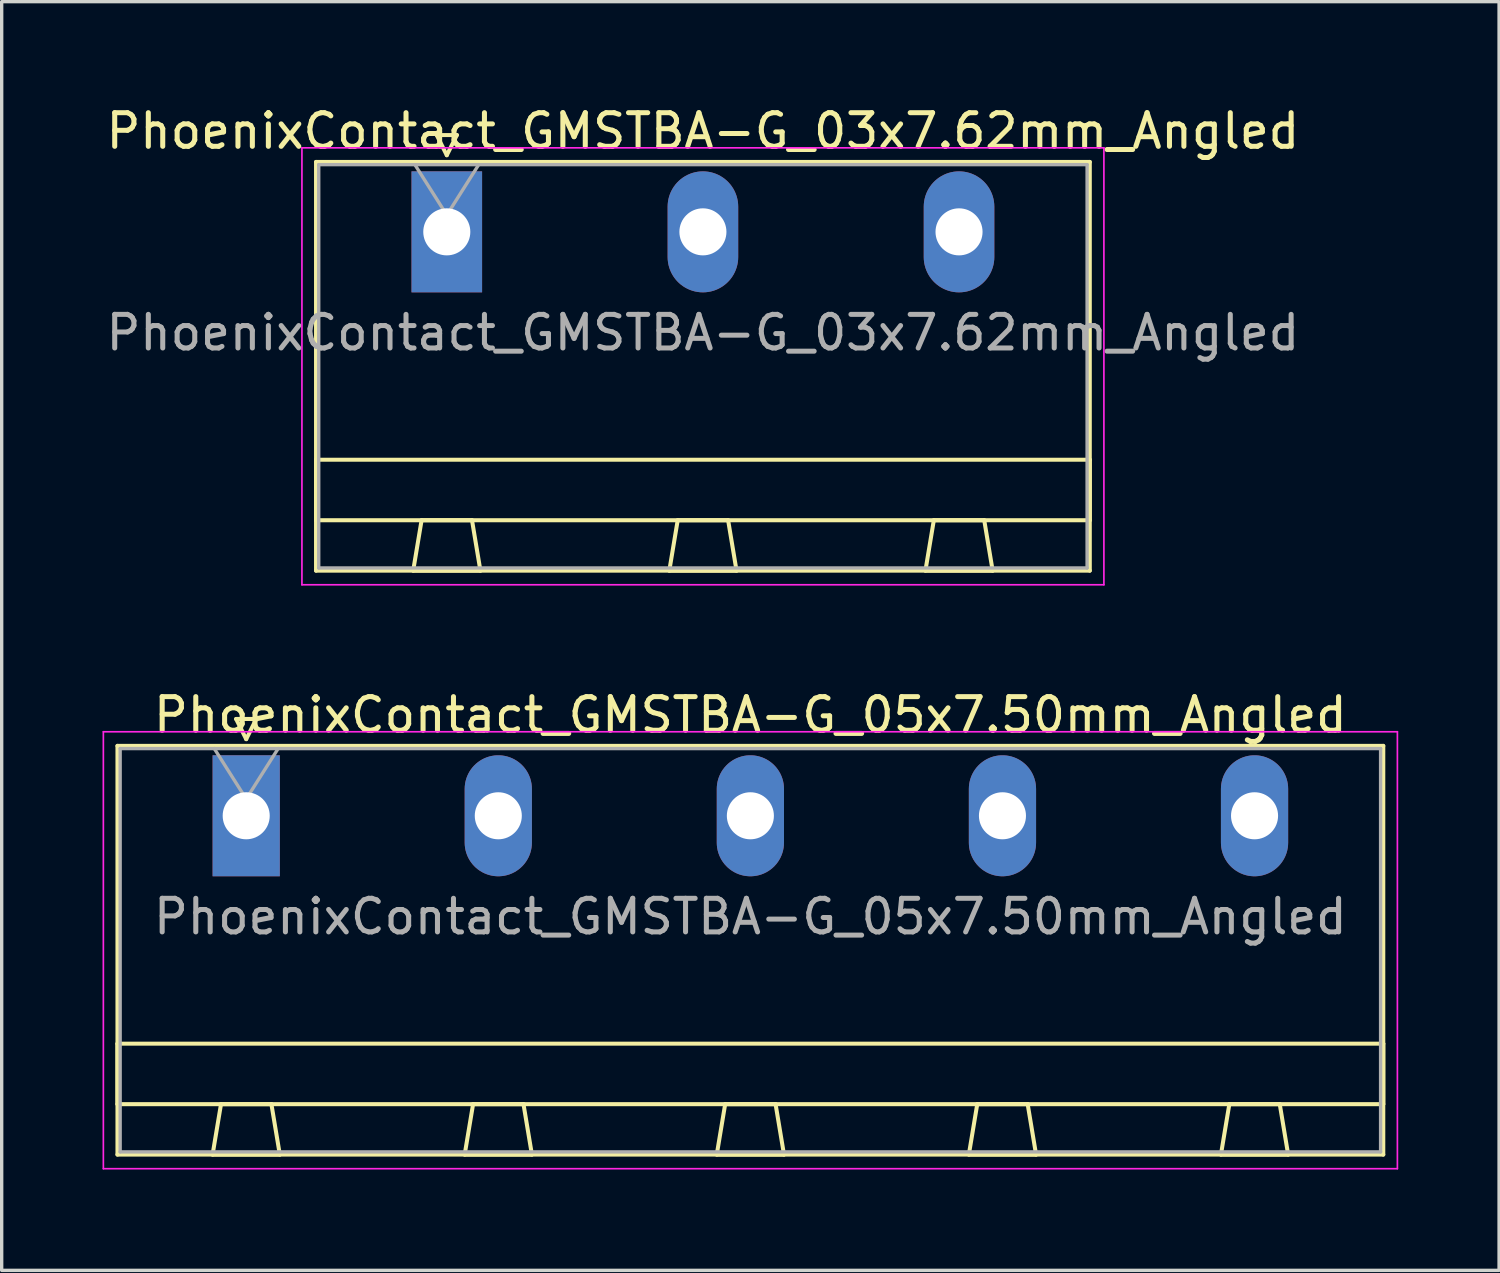
<source format=kicad_pcb>
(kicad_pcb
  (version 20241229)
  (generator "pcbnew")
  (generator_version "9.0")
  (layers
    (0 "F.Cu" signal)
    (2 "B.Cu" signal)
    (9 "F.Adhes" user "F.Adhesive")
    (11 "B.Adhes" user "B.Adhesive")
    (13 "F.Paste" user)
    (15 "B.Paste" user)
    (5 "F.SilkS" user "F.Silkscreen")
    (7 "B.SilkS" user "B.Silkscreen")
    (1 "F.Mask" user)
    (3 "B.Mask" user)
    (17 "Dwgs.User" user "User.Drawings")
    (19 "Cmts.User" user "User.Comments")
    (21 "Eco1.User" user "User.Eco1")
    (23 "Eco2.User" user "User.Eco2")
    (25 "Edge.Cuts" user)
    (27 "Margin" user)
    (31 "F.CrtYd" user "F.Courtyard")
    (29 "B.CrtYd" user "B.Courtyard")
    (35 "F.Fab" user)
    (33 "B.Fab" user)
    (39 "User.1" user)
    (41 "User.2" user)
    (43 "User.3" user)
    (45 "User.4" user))
  (footprint "PhoenixContact_GMSTBA-G_03x7.62mm_Angled"
    (layer "F.Cu")
    (at 10.243 3.848)
    (property "Reference" "PhoenixContact_GMSTBA-G_03x7.62mm_Angled" (at 7.62 -3 0) (layer "F.SilkS") (effects (font (size 1 1) (thickness 0.15))))
    (attr through_hole)
    (fp_line (start -3.89 -2.08) (end -3.89 10.08) (stroke (width 0.12) (type solid)) (layer "F.SilkS"))
    (fp_line (start -3.89 6.78) (end 19.13 6.78) (stroke (width 0.12) (type solid)) (layer "F.SilkS"))
    (fp_line (start -3.89 8.58) (end -3.89 6.78) (stroke (width 0.12) (type solid)) (layer "F.SilkS"))
    (fp_line (start -3.89 10.08) (end 19.13 10.08) (stroke (width 0.12) (type solid)) (layer "F.SilkS"))
    (fp_line (start -1 10.08) (end 1 10.08) (stroke (width 0.12) (type solid)) (layer "F.SilkS"))
    (fp_line (start -0.75 8.58) (end -1 10.08) (stroke (width 0.12) (type solid)) (layer "F.SilkS"))
    (fp_line (start -0.3 -2.88) (end 0.3 -2.88) (stroke (width 0.12) (type solid)) (layer "F.SilkS"))
    (fp_line (start 0 -2.28) (end -0.3 -2.88) (stroke (width 0.12) (type solid)) (layer "F.SilkS"))
    (fp_line (start 0.3 -2.88) (end 0 -2.28) (stroke (width 0.12) (type solid)) (layer "F.SilkS"))
    (fp_line (start 0.75 8.58) (end -0.75 8.58) (stroke (width 0.12) (type solid)) (layer "F.SilkS"))
    (fp_line (start 1 10.08) (end 0.75 8.58) (stroke (width 0.12) (type solid)) (layer "F.SilkS"))
    (fp_line (start 6.62 10.08) (end 8.62 10.08) (stroke (width 0.12) (type solid)) (layer "F.SilkS"))
    (fp_line (start 6.87 8.58) (end 6.62 10.08) (stroke (width 0.12) (type solid)) (layer "F.SilkS"))
    (fp_line (start 8.37 8.58) (end 6.87 8.58) (stroke (width 0.12) (type solid)) (layer "F.SilkS"))
    (fp_line (start 8.62 10.08) (end 8.37 8.58) (stroke (width 0.12) (type solid)) (layer "F.SilkS"))
    (fp_line (start 14.24 10.08) (end 16.24 10.08) (stroke (width 0.12) (type solid)) (layer "F.SilkS"))
    (fp_line (start 14.49 8.58) (end 14.24 10.08) (stroke (width 0.12) (type solid)) (layer "F.SilkS"))
    (fp_line (start 15.99 8.58) (end 14.49 8.58) (stroke (width 0.12) (type solid)) (layer "F.SilkS"))
    (fp_line (start 16.24 10.08) (end 15.99 8.58) (stroke (width 0.12) (type solid)) (layer "F.SilkS"))
    (fp_line (start 19.13 -2.08) (end -3.89 -2.08) (stroke (width 0.12) (type solid)) (layer "F.SilkS"))
    (fp_line (start 19.13 6.78) (end 19.13 8.58) (stroke (width 0.12) (type solid)) (layer "F.SilkS"))
    (fp_line (start 19.13 8.58) (end -3.89 8.58) (stroke (width 0.12) (type solid)) (layer "F.SilkS"))
    (fp_line (start 19.13 10.08) (end 19.13 -2.08) (stroke (width 0.12) (type solid)) (layer "F.SilkS"))
    (fp_line (start -4.31 -2.5) (end -4.31 10.5) (stroke (width 0.05) (type solid)) (layer "F.CrtYd"))
    (fp_line (start -4.31 10.5) (end 19.55 10.5) (stroke (width 0.05) (type solid)) (layer "F.CrtYd"))
    (fp_line (start 19.55 -2.5) (end -4.31 -2.5) (stroke (width 0.05) (type solid)) (layer "F.CrtYd"))
    (fp_line (start 19.55 10.5) (end 19.55 -2.5) (stroke (width 0.05) (type solid)) (layer "F.CrtYd"))
    (fp_line (start -3.81 -2) (end -3.81 10) (stroke (width 0.1) (type solid)) (layer "F.Fab"))
    (fp_line (start -3.81 10) (end 19.05 10) (stroke (width 0.1) (type solid)) (layer "F.Fab"))
    (fp_line (start 0 -0.5) (end -0.95 -2) (stroke (width 0.1) (type solid)) (layer "F.Fab"))
    (fp_line (start 0.95 -2) (end 0 -0.5) (stroke (width 0.1) (type solid)) (layer "F.Fab"))
    (fp_line (start 19.05 -2) (end -3.81 -2) (stroke (width 0.1) (type solid)) (layer "F.Fab"))
    (fp_line (start 19.05 10) (end 19.05 -2) (stroke (width 0.1) (type solid)) (layer "F.Fab"))
    (fp_text user "${REFERENCE}" (at 7.62 3 0) (layer "F.Fab") (effects (font (size 1 1) (thickness 0.15))))
    (pad "1" thru_hole rect (at 0 0) (size 2.1 3.6) (drill 1.4) (layers "*.Cu" "*.Mask"))
    (pad "2" thru_hole oval (at 7.62 0) (size 2.1 3.6) (drill 1.4) (layers "*.Cu" "*.Mask"))
    (pad "3" thru_hole oval (at 15.24 0) (size 2.1 3.6) (drill 1.4) (layers "*.Cu" "*.Mask")))
  (footprint "PhoenixContact_GMSTBA-G_05x7.50mm_Angled"
    (layer "F.Cu")
    (at 4.275 21.221)
    (property "Reference" "PhoenixContact_GMSTBA-G_05x7.50mm_Angled" (at 15 -3 0) (layer "F.SilkS") (effects (font (size 1 1) (thickness 0.15))))
    (attr through_hole)
    (fp_line (start -3.83 -2.08) (end -3.83 10.08) (stroke (width 0.12) (type solid)) (layer "F.SilkS"))
    (fp_line (start -3.83 6.78) (end 33.83 6.78) (stroke (width 0.12) (type solid)) (layer "F.SilkS"))
    (fp_line (start -3.83 8.58) (end -3.83 6.78) (stroke (width 0.12) (type solid)) (layer "F.SilkS"))
    (fp_line (start -3.83 10.08) (end 33.83 10.08) (stroke (width 0.12) (type solid)) (layer "F.SilkS"))
    (fp_line (start -1 10.08) (end 1 10.08) (stroke (width 0.12) (type solid)) (layer "F.SilkS"))
    (fp_line (start -0.75 8.58) (end -1 10.08) (stroke (width 0.12) (type solid)) (layer "F.SilkS"))
    (fp_line (start -0.3 -2.88) (end 0.3 -2.88) (stroke (width 0.12) (type solid)) (layer "F.SilkS"))
    (fp_line (start 0 -2.28) (end -0.3 -2.88) (stroke (width 0.12) (type solid)) (layer "F.SilkS"))
    (fp_line (start 0.3 -2.88) (end 0 -2.28) (stroke (width 0.12) (type solid)) (layer "F.SilkS"))
    (fp_line (start 0.75 8.58) (end -0.75 8.58) (stroke (width 0.12) (type solid)) (layer "F.SilkS"))
    (fp_line (start 1 10.08) (end 0.75 8.58) (stroke (width 0.12) (type solid)) (layer "F.SilkS"))
    (fp_line (start 6.5 10.08) (end 8.5 10.08) (stroke (width 0.12) (type solid)) (layer "F.SilkS"))
    (fp_line (start 6.75 8.58) (end 6.5 10.08) (stroke (width 0.12) (type solid)) (layer "F.SilkS"))
    (fp_line (start 8.25 8.58) (end 6.75 8.58) (stroke (width 0.12) (type solid)) (layer "F.SilkS"))
    (fp_line (start 8.5 10.08) (end 8.25 8.58) (stroke (width 0.12) (type solid)) (layer "F.SilkS"))
    (fp_line (start 14 10.08) (end 16 10.08) (stroke (width 0.12) (type solid)) (layer "F.SilkS"))
    (fp_line (start 14.25 8.58) (end 14 10.08) (stroke (width 0.12) (type solid)) (layer "F.SilkS"))
    (fp_line (start 15.75 8.58) (end 14.25 8.58) (stroke (width 0.12) (type solid)) (layer "F.SilkS"))
    (fp_line (start 16 10.08) (end 15.75 8.58) (stroke (width 0.12) (type solid)) (layer "F.SilkS"))
    (fp_line (start 21.5 10.08) (end 23.5 10.08) (stroke (width 0.12) (type solid)) (layer "F.SilkS"))
    (fp_line (start 21.75 8.58) (end 21.5 10.08) (stroke (width 0.12) (type solid)) (layer "F.SilkS"))
    (fp_line (start 23.25 8.58) (end 21.75 8.58) (stroke (width 0.12) (type solid)) (layer "F.SilkS"))
    (fp_line (start 23.5 10.08) (end 23.25 8.58) (stroke (width 0.12) (type solid)) (layer "F.SilkS"))
    (fp_line (start 29 10.08) (end 31 10.08) (stroke (width 0.12) (type solid)) (layer "F.SilkS"))
    (fp_line (start 29.25 8.58) (end 29 10.08) (stroke (width 0.12) (type solid)) (layer "F.SilkS"))
    (fp_line (start 30.75 8.58) (end 29.25 8.58) (stroke (width 0.12) (type solid)) (layer "F.SilkS"))
    (fp_line (start 31 10.08) (end 30.75 8.58) (stroke (width 0.12) (type solid)) (layer "F.SilkS"))
    (fp_line (start 33.83 -2.08) (end -3.83 -2.08) (stroke (width 0.12) (type solid)) (layer "F.SilkS"))
    (fp_line (start 33.83 6.78) (end 33.83 8.58) (stroke (width 0.12) (type solid)) (layer "F.SilkS"))
    (fp_line (start 33.83 8.58) (end -3.83 8.58) (stroke (width 0.12) (type solid)) (layer "F.SilkS"))
    (fp_line (start 33.83 10.08) (end 33.83 -2.08) (stroke (width 0.12) (type solid)) (layer "F.SilkS"))
    (fp_line (start -4.25 -2.5) (end -4.25 10.5) (stroke (width 0.05) (type solid)) (layer "F.CrtYd"))
    (fp_line (start -4.25 10.5) (end 34.25 10.5) (stroke (width 0.05) (type solid)) (layer "F.CrtYd"))
    (fp_line (start 34.25 -2.5) (end -4.25 -2.5) (stroke (width 0.05) (type solid)) (layer "F.CrtYd"))
    (fp_line (start 34.25 10.5) (end 34.25 -2.5) (stroke (width 0.05) (type solid)) (layer "F.CrtYd"))
    (fp_line (start -3.75 -2) (end -3.75 10) (stroke (width 0.1) (type solid)) (layer "F.Fab"))
    (fp_line (start -3.75 10) (end 33.75 10) (stroke (width 0.1) (type solid)) (layer "F.Fab"))
    (fp_line (start 0 -0.5) (end -0.95 -2) (stroke (width 0.1) (type solid)) (layer "F.Fab"))
    (fp_line (start 0.95 -2) (end 0 -0.5) (stroke (width 0.1) (type solid)) (layer "F.Fab"))
    (fp_line (start 33.75 -2) (end -3.75 -2) (stroke (width 0.1) (type solid)) (layer "F.Fab"))
    (fp_line (start 33.75 10) (end 33.75 -2) (stroke (width 0.1) (type solid)) (layer "F.Fab"))
    (fp_text user "${REFERENCE}" (at 15 3 0) (layer "F.Fab") (effects (font (size 1 1) (thickness 0.15))))
    (pad "1" thru_hole rect (at 0 0) (size 2 3.6) (drill 1.4) (layers "*.Cu" "*.Mask"))
    (pad "2" thru_hole oval (at 7.5 0) (size 2 3.6) (drill 1.4) (layers "*.Cu" "*.Mask"))
    (pad "3" thru_hole oval (at 15 0) (size 2 3.6) (drill 1.4) (layers "*.Cu" "*.Mask"))
    (pad "4" thru_hole oval (at 22.5 0) (size 2 3.6) (drill 1.4) (layers "*.Cu" "*.Mask"))
    (pad "5" thru_hole oval (at 30 0) (size 2 3.6) (drill 1.4) (layers "*.Cu" "*.Mask")))
  (gr_rect
    (start -3 -3)
    (end 41.55 34.746)
    (stroke (width 0.1) (type default))
    (fill no)
    (layer "Edge.Cuts")))
</source>
